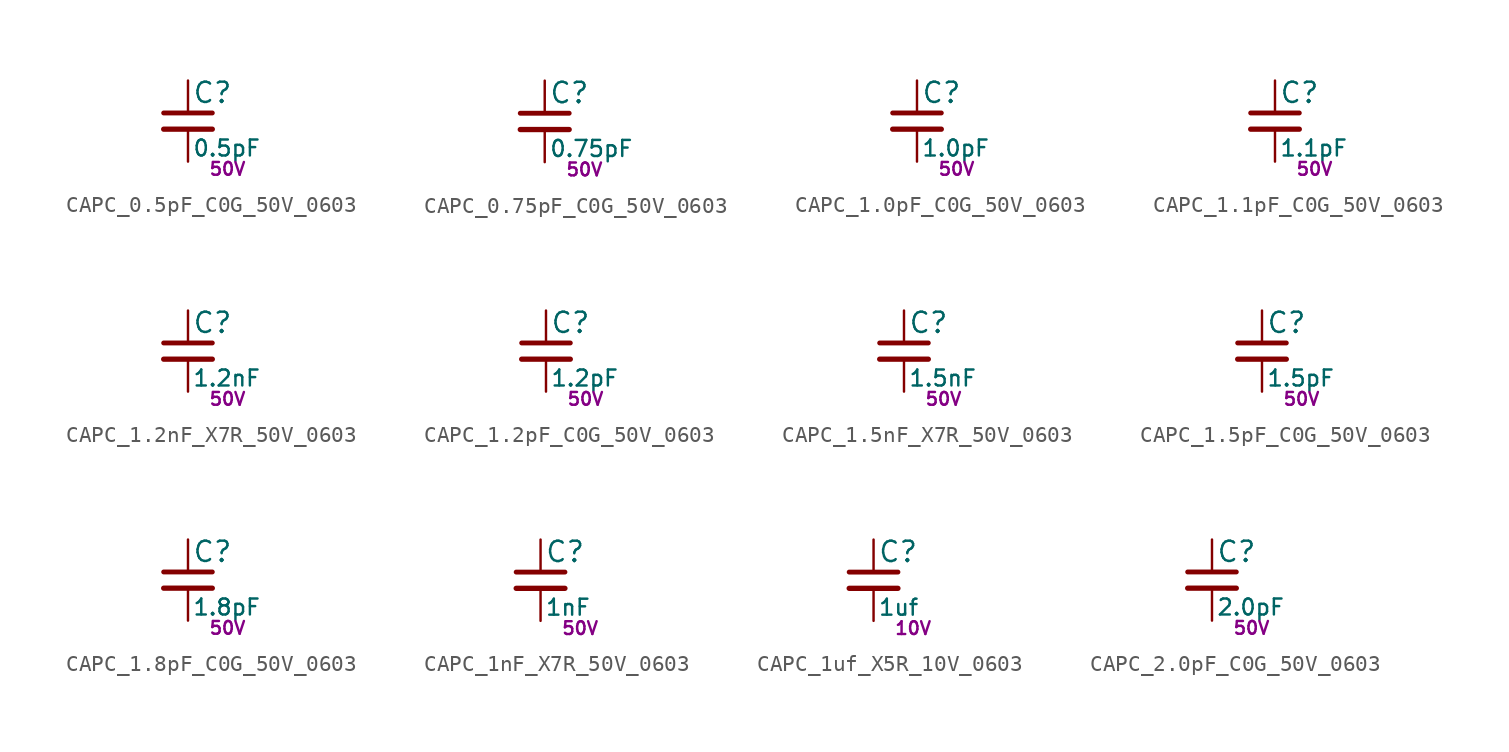
<source format=kicad_sym>
(kicad_symbol_lib
  (version 20211014)
  (generator kicad_LibGenerator)
  (symbol "CAPC_0.5pF_C0G_50V_0603"
    (pin_numbers hide)
    (pin_names
      (offset 0.254) hide)
    (property "Reference" "C"
      (at 0.254 1.778 0)
      (effects (font (size 1.27 1.27)) (justify left)))
    (property "Value" "0.5pF"
      (at 0.254 -1.7 0)
      (effects (font (size 1 1)) (justify left)))
    (property "Voltage" "50V"
      (at 1.27 -3 0)
      (effects (font (size 0.8 0.8)) (justify left)))
    (symbol "CAPC_0.5pF_C0G_50V_0603_0_1"
      (polyline (pts (xy -1.524 -0.508) (xy 1.524 -0.508)) (stroke (width 0.33) (type default) (color 0 0 0 0)) (fill (type none)))
      (polyline (pts (xy -1.524 0.508) (xy 1.524 0.508)) (stroke (width 0.305) (type default) (color 0 0 0 0)) (fill (type none))))
    (symbol "CAPC_0.5pF_C0G_50V_0603_1_1"
      (pin passive line (at 0 2.54 270) (length 2.032) (name "~" (effects (font (size 1.27 1.27)))) (number "1" (effects (font (size 1.27 1.27)))))
      (pin passive line (at 0 -2.54 90) (length 2.032) (name "~" (effects (font (size 1.27 1.27)))) (number "2" (effects (font (size 1.27 1.27)))))))
  (symbol "CAPC_0.75pF_C0G_50V_0603"
    (pin_numbers hide)
    (pin_names
      (offset 0.254) hide)
    (property "Reference" "C"
      (at 0.254 1.778 0)
      (effects (font (size 1.27 1.27)) (justify left)))
    (property "Value" "0.75pF"
      (at 0.254 -1.7 0)
      (effects (font (size 1 1)) (justify left)))
    (property "Voltage" "50V"
      (at 1.27 -3 0)
      (effects (font (size 0.8 0.8)) (justify left)))
    (symbol "CAPC_0.75pF_C0G_50V_0603_0_1"
      (polyline (pts (xy -1.524 -0.508) (xy 1.524 -0.508)) (stroke (width 0.33) (type default) (color 0 0 0 0)) (fill (type none)))
      (polyline (pts (xy -1.524 0.508) (xy 1.524 0.508)) (stroke (width 0.305) (type default) (color 0 0 0 0)) (fill (type none))))
    (symbol "CAPC_0.75pF_C0G_50V_0603_1_1"
      (pin passive line (at 0 2.54 270) (length 2.032) (name "~" (effects (font (size 1.27 1.27)))) (number "1" (effects (font (size 1.27 1.27)))))
      (pin passive line (at 0 -2.54 90) (length 2.032) (name "~" (effects (font (size 1.27 1.27)))) (number "2" (effects (font (size 1.27 1.27)))))))
  (symbol "CAPC_1.0pF_C0G_50V_0603"
    (pin_numbers hide)
    (pin_names
      (offset 0.254) hide)
    (property "Reference" "C"
      (at 0.254 1.778 0)
      (effects (font (size 1.27 1.27)) (justify left)))
    (property "Value" "1.0pF"
      (at 0.254 -1.7 0)
      (effects (font (size 1 1)) (justify left)))
    (property "Voltage" "50V"
      (at 1.27 -3 0)
      (effects (font (size 0.8 0.8)) (justify left)))
    (symbol "CAPC_1.0pF_C0G_50V_0603_0_1"
      (polyline (pts (xy -1.524 -0.508) (xy 1.524 -0.508)) (stroke (width 0.33) (type default) (color 0 0 0 0)) (fill (type none)))
      (polyline (pts (xy -1.524 0.508) (xy 1.524 0.508)) (stroke (width 0.305) (type default) (color 0 0 0 0)) (fill (type none))))
    (symbol "CAPC_1.0pF_C0G_50V_0603_1_1"
      (pin passive line (at 0 2.54 270) (length 2.032) (name "~" (effects (font (size 1.27 1.27)))) (number "1" (effects (font (size 1.27 1.27)))))
      (pin passive line (at 0 -2.54 90) (length 2.032) (name "~" (effects (font (size 1.27 1.27)))) (number "2" (effects (font (size 1.27 1.27)))))))
  (symbol "CAPC_1.1pF_C0G_50V_0603"
    (pin_numbers hide)
    (pin_names
      (offset 0.254) hide)
    (property "Reference" "C"
      (at 0.254 1.778 0)
      (effects (font (size 1.27 1.27)) (justify left)))
    (property "Value" "1.1pF"
      (at 0.254 -1.7 0)
      (effects (font (size 1 1)) (justify left)))
    (property "Voltage" "50V"
      (at 1.27 -3 0)
      (effects (font (size 0.8 0.8)) (justify left)))
    (symbol "CAPC_1.1pF_C0G_50V_0603_0_1"
      (polyline (pts (xy -1.524 -0.508) (xy 1.524 -0.508)) (stroke (width 0.33) (type default) (color 0 0 0 0)) (fill (type none)))
      (polyline (pts (xy -1.524 0.508) (xy 1.524 0.508)) (stroke (width 0.305) (type default) (color 0 0 0 0)) (fill (type none))))
    (symbol "CAPC_1.1pF_C0G_50V_0603_1_1"
      (pin passive line (at 0 2.54 270) (length 2.032) (name "~" (effects (font (size 1.27 1.27)))) (number "1" (effects (font (size 1.27 1.27)))))
      (pin passive line (at 0 -2.54 90) (length 2.032) (name "~" (effects (font (size 1.27 1.27)))) (number "2" (effects (font (size 1.27 1.27)))))))
  (symbol "CAPC_1.2nF_X7R_50V_0603"
    (pin_numbers hide)
    (pin_names
      (offset 0.254) hide)
    (property "Reference" "C"
      (at 0.254 1.778 0)
      (effects (font (size 1.27 1.27)) (justify left)))
    (property "Value" "1.2nF"
      (at 0.254 -1.7 0)
      (effects (font (size 1 1)) (justify left)))
    (property "Voltage" "50V"
      (at 1.27 -3 0)
      (effects (font (size 0.8 0.8)) (justify left)))
    (symbol "CAPC_1.2nF_X7R_50V_0603_0_1"
      (polyline (pts (xy -1.524 -0.508) (xy 1.524 -0.508)) (stroke (width 0.33) (type default) (color 0 0 0 0)) (fill (type none)))
      (polyline (pts (xy -1.524 0.508) (xy 1.524 0.508)) (stroke (width 0.305) (type default) (color 0 0 0 0)) (fill (type none))))
    (symbol "CAPC_1.2nF_X7R_50V_0603_1_1"
      (pin passive line (at 0 2.54 270) (length 2.032) (name "~" (effects (font (size 1.27 1.27)))) (number "1" (effects (font (size 1.27 1.27)))))
      (pin passive line (at 0 -2.54 90) (length 2.032) (name "~" (effects (font (size 1.27 1.27)))) (number "2" (effects (font (size 1.27 1.27)))))))
  (symbol "CAPC_1.2pF_C0G_50V_0603"
    (pin_numbers hide)
    (pin_names
      (offset 0.254) hide)
    (property "Reference" "C"
      (at 0.254 1.778 0)
      (effects (font (size 1.27 1.27)) (justify left)))
    (property "Value" "1.2pF"
      (at 0.254 -1.7 0)
      (effects (font (size 1 1)) (justify left)))
    (property "Voltage" "50V"
      (at 1.27 -3 0)
      (effects (font (size 0.8 0.8)) (justify left)))
    (symbol "CAPC_1.2pF_C0G_50V_0603_0_1"
      (polyline (pts (xy -1.524 -0.508) (xy 1.524 -0.508)) (stroke (width 0.33) (type default) (color 0 0 0 0)) (fill (type none)))
      (polyline (pts (xy -1.524 0.508) (xy 1.524 0.508)) (stroke (width 0.305) (type default) (color 0 0 0 0)) (fill (type none))))
    (symbol "CAPC_1.2pF_C0G_50V_0603_1_1"
      (pin passive line (at 0 2.54 270) (length 2.032) (name "~" (effects (font (size 1.27 1.27)))) (number "1" (effects (font (size 1.27 1.27)))))
      (pin passive line (at 0 -2.54 90) (length 2.032) (name "~" (effects (font (size 1.27 1.27)))) (number "2" (effects (font (size 1.27 1.27)))))))
  (symbol "CAPC_1.5nF_X7R_50V_0603"
    (pin_numbers hide)
    (pin_names
      (offset 0.254) hide)
    (property "Reference" "C"
      (at 0.254 1.778 0)
      (effects (font (size 1.27 1.27)) (justify left)))
    (property "Value" "1.5nF"
      (at 0.254 -1.7 0)
      (effects (font (size 1 1)) (justify left)))
    (property "Voltage" "50V"
      (at 1.27 -3 0)
      (effects (font (size 0.8 0.8)) (justify left)))
    (symbol "CAPC_1.5nF_X7R_50V_0603_0_1"
      (polyline (pts (xy -1.524 -0.508) (xy 1.524 -0.508)) (stroke (width 0.33) (type default) (color 0 0 0 0)) (fill (type none)))
      (polyline (pts (xy -1.524 0.508) (xy 1.524 0.508)) (stroke (width 0.305) (type default) (color 0 0 0 0)) (fill (type none))))
    (symbol "CAPC_1.5nF_X7R_50V_0603_1_1"
      (pin passive line (at 0 2.54 270) (length 2.032) (name "~" (effects (font (size 1.27 1.27)))) (number "1" (effects (font (size 1.27 1.27)))))
      (pin passive line (at 0 -2.54 90) (length 2.032) (name "~" (effects (font (size 1.27 1.27)))) (number "2" (effects (font (size 1.27 1.27)))))))
  (symbol "CAPC_1.5pF_C0G_50V_0603"
    (pin_numbers hide)
    (pin_names
      (offset 0.254) hide)
    (property "Reference" "C"
      (at 0.254 1.778 0)
      (effects (font (size 1.27 1.27)) (justify left)))
    (property "Value" "1.5pF"
      (at 0.254 -1.7 0)
      (effects (font (size 1 1)) (justify left)))
    (property "Voltage" "50V"
      (at 1.27 -3 0)
      (effects (font (size 0.8 0.8)) (justify left)))
    (symbol "CAPC_1.5pF_C0G_50V_0603_0_1"
      (polyline (pts (xy -1.524 -0.508) (xy 1.524 -0.508)) (stroke (width 0.33) (type default) (color 0 0 0 0)) (fill (type none)))
      (polyline (pts (xy -1.524 0.508) (xy 1.524 0.508)) (stroke (width 0.305) (type default) (color 0 0 0 0)) (fill (type none))))
    (symbol "CAPC_1.5pF_C0G_50V_0603_1_1"
      (pin passive line (at 0 2.54 270) (length 2.032) (name "~" (effects (font (size 1.27 1.27)))) (number "1" (effects (font (size 1.27 1.27)))))
      (pin passive line (at 0 -2.54 90) (length 2.032) (name "~" (effects (font (size 1.27 1.27)))) (number "2" (effects (font (size 1.27 1.27)))))))
  (symbol "CAPC_1.8pF_C0G_50V_0603"
    (pin_numbers hide)
    (pin_names
      (offset 0.254) hide)
    (property "Reference" "C"
      (at 0.254 1.778 0)
      (effects (font (size 1.27 1.27)) (justify left)))
    (property "Value" "1.8pF"
      (at 0.254 -1.7 0)
      (effects (font (size 1 1)) (justify left)))
    (property "Voltage" "50V"
      (at 1.27 -3 0)
      (effects (font (size 0.8 0.8)) (justify left)))
    (symbol "CAPC_1.8pF_C0G_50V_0603_0_1"
      (polyline (pts (xy -1.524 -0.508) (xy 1.524 -0.508)) (stroke (width 0.33) (type default) (color 0 0 0 0)) (fill (type none)))
      (polyline (pts (xy -1.524 0.508) (xy 1.524 0.508)) (stroke (width 0.305) (type default) (color 0 0 0 0)) (fill (type none))))
    (symbol "CAPC_1.8pF_C0G_50V_0603_1_1"
      (pin passive line (at 0 2.54 270) (length 2.032) (name "~" (effects (font (size 1.27 1.27)))) (number "1" (effects (font (size 1.27 1.27)))))
      (pin passive line (at 0 -2.54 90) (length 2.032) (name "~" (effects (font (size 1.27 1.27)))) (number "2" (effects (font (size 1.27 1.27)))))))
  (symbol "CAPC_1nF_X7R_50V_0603"
    (pin_numbers hide)
    (pin_names
      (offset 0.254) hide)
    (property "Reference" "C"
      (at 0.254 1.778 0)
      (effects (font (size 1.27 1.27)) (justify left)))
    (property "Value" "1nF"
      (at 0.254 -1.7 0)
      (effects (font (size 1 1)) (justify left)))
    (property "Voltage" "50V"
      (at 1.27 -3 0)
      (effects (font (size 0.8 0.8)) (justify left)))
    (symbol "CAPC_1nF_X7R_50V_0603_0_1"
      (polyline (pts (xy -1.524 -0.508) (xy 1.524 -0.508)) (stroke (width 0.33) (type default) (color 0 0 0 0)) (fill (type none)))
      (polyline (pts (xy -1.524 0.508) (xy 1.524 0.508)) (stroke (width 0.305) (type default) (color 0 0 0 0)) (fill (type none))))
    (symbol "CAPC_1nF_X7R_50V_0603_1_1"
      (pin passive line (at 0 2.54 270) (length 2.032) (name "~" (effects (font (size 1.27 1.27)))) (number "1" (effects (font (size 1.27 1.27)))))
      (pin passive line (at 0 -2.54 90) (length 2.032) (name "~" (effects (font (size 1.27 1.27)))) (number "2" (effects (font (size 1.27 1.27)))))))
  (symbol "CAPC_1uf_X5R_10V_0603"
    (pin_numbers hide)
    (pin_names
      (offset 0.254) hide)
    (property "Reference" "C"
      (at 0.254 1.778 0)
      (effects (font (size 1.27 1.27)) (justify left)))
    (property "Value" "1uf"
      (at 0.254 -1.7 0)
      (effects (font (size 1 1)) (justify left)))
    (property "Voltage" "10V"
      (at 1.27 -3 0)
      (effects (font (size 0.8 0.8)) (justify left)))
    (symbol "CAPC_1uf_X5R_10V_0603_0_1"
      (polyline (pts (xy -1.524 -0.508) (xy 1.524 -0.508)) (stroke (width 0.33) (type default) (color 0 0 0 0)) (fill (type none)))
      (polyline (pts (xy -1.524 0.508) (xy 1.524 0.508)) (stroke (width 0.305) (type default) (color 0 0 0 0)) (fill (type none))))
    (symbol "CAPC_1uf_X5R_10V_0603_1_1"
      (pin passive line (at 0 2.54 270) (length 2.032) (name "~" (effects (font (size 1.27 1.27)))) (number "1" (effects (font (size 1.27 1.27)))))
      (pin passive line (at 0 -2.54 90) (length 2.032) (name "~" (effects (font (size 1.27 1.27)))) (number "2" (effects (font (size 1.27 1.27)))))))
  (symbol "CAPC_2.0pF_C0G_50V_0603"
    (pin_numbers hide)
    (pin_names
      (offset 0.254) hide)
    (property "Reference" "C"
      (at 0.254 1.778 0)
      (effects (font (size 1.27 1.27)) (justify left)))
    (property "Value" "2.0pF"
      (at 0.254 -1.7 0)
      (effects (font (size 1 1)) (justify left)))
    (property "Voltage" "50V"
      (at 1.27 -3 0)
      (effects (font (size 0.8 0.8)) (justify left)))
    (symbol "CAPC_2.0pF_C0G_50V_0603_0_1"
      (polyline (pts (xy -1.524 -0.508) (xy 1.524 -0.508)) (stroke (width 0.33) (type default) (color 0 0 0 0)) (fill (type none)))
      (polyline (pts (xy -1.524 0.508) (xy 1.524 0.508)) (stroke (width 0.305) (type default) (color 0 0 0 0)) (fill (type none))))
    (symbol "CAPC_2.0pF_C0G_50V_0603_1_1"
      (pin passive line (at 0 2.54 270) (length 2.032) (name "~" (effects (font (size 1.27 1.27)))) (number "1" (effects (font (size 1.27 1.27)))))
      (pin passive line (at 0 -2.54 90) (length 2.032) (name "~" (effects (font (size 1.27 1.27)))) (number "2" (effects (font (size 1.27 1.27))))))))
</source>
